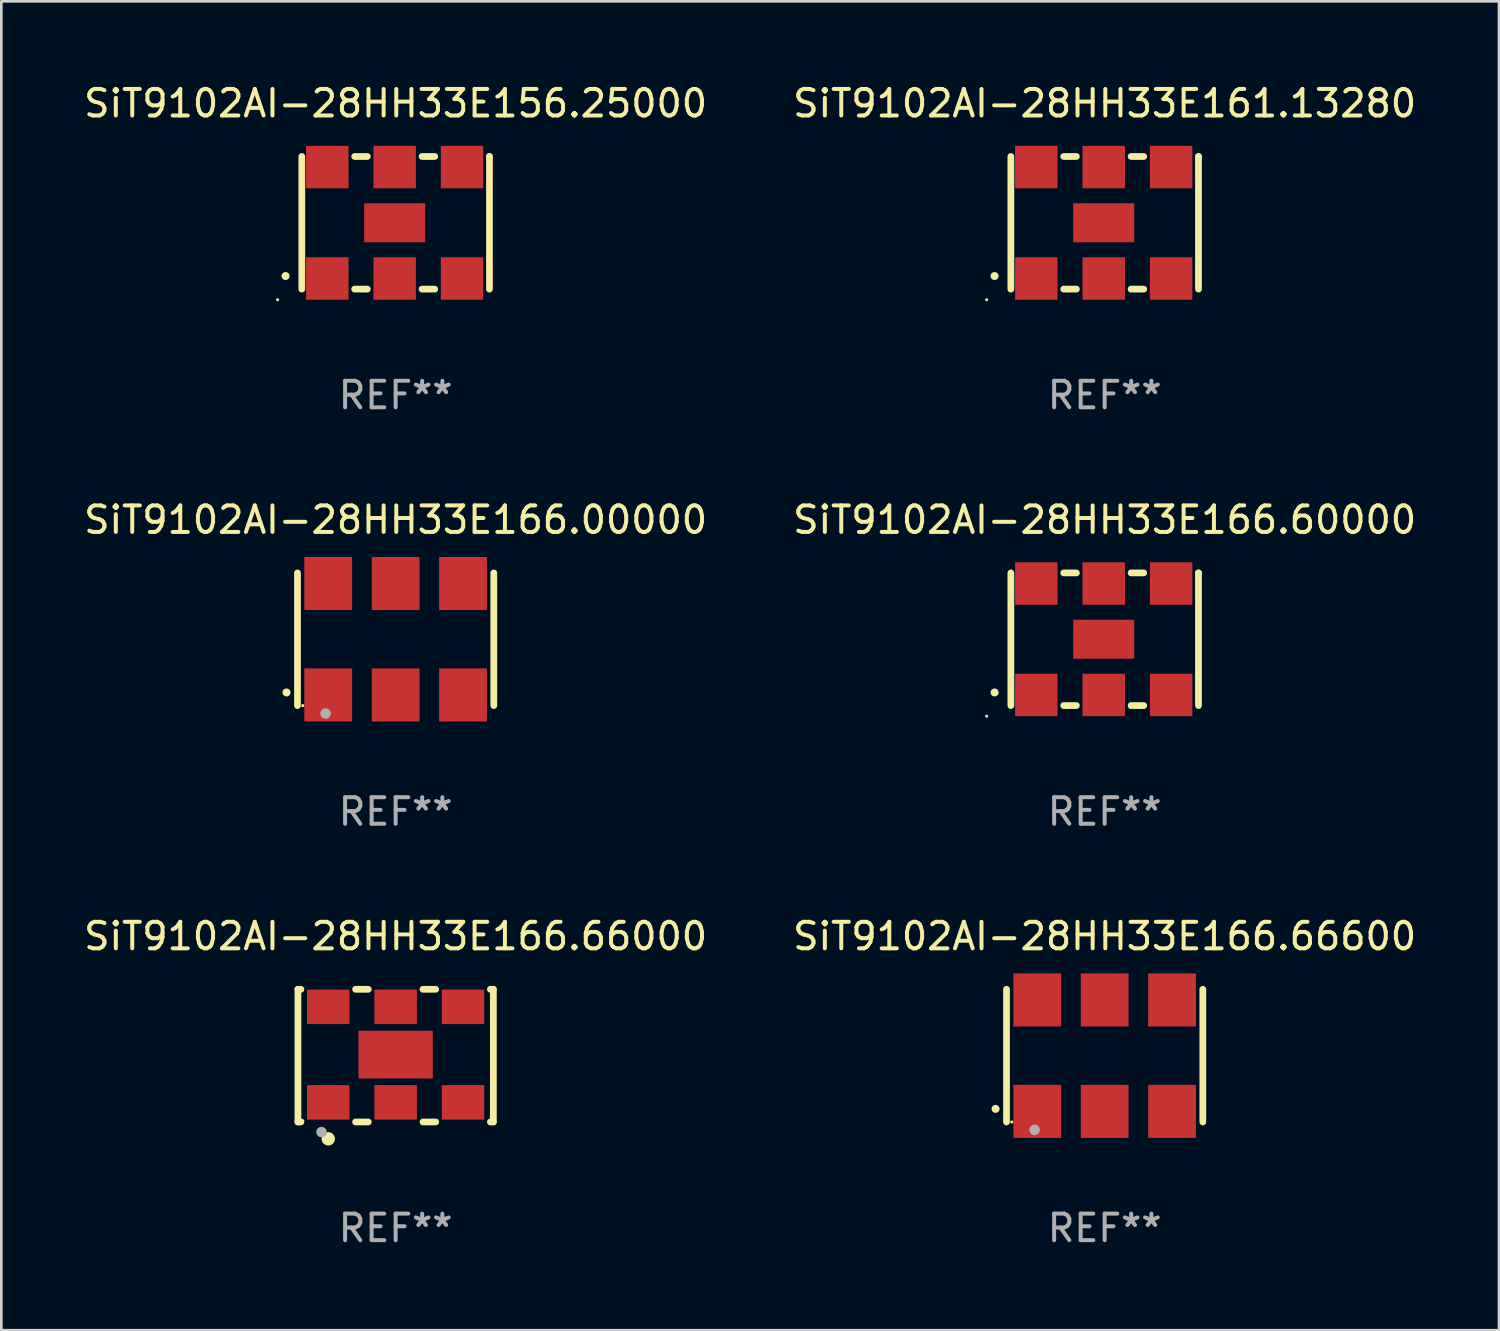
<source format=kicad_pcb>
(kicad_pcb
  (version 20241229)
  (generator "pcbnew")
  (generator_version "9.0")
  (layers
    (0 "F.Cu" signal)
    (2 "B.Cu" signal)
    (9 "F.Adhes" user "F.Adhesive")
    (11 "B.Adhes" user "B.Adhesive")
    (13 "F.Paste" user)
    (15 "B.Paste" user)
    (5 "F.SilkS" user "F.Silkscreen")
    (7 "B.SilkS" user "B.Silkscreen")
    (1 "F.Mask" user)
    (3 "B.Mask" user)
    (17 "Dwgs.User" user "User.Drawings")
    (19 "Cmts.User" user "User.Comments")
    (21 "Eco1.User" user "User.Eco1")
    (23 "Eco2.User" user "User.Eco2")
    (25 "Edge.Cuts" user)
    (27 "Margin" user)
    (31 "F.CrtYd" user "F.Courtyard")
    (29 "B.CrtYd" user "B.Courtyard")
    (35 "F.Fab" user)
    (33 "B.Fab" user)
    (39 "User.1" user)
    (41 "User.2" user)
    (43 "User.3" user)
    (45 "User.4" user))
  (footprint "SiT9102AI-28HH33E166.60000"
    (layer "F.Cu")
    (at 38.589 21.045)
    (property "Reference" "SiT9102AI-28HH33E166.60000" (at 0 -4.5 0) (layer "F.SilkS") (effects (font (size 1 1) (thickness 0.15))))
    (attr through_hole)
    (fp_line (start -3.536 -2.5) (end -3.536 2.5) (stroke (width 0.254) (type solid)) (layer "F.SilkS"))
    (fp_line (start -1.544 2.5) (end -1.067 2.5) (stroke (width 0.254) (type solid)) (layer "F.SilkS"))
    (fp_line (start -1.067 -2.5) (end -1.544 -2.5) (stroke (width 0.254) (type solid)) (layer "F.SilkS"))
    (fp_line (start 0.996 2.5) (end 1.473 2.5) (stroke (width 0.254) (type solid)) (layer "F.SilkS"))
    (fp_line (start 1.473 -2.5) (end 0.996 -2.5) (stroke (width 0.254) (type solid)) (layer "F.SilkS"))
    (fp_line (start 3.536 -2.5) (end 3.536 -2.5) (stroke (width 0.254) (type solid)) (layer "F.SilkS"))
    (fp_line (start 3.536 2.5) (end 3.536 -2.5) (stroke (width 0.254) (type solid)) (layer "F.SilkS"))
    (fp_arc (start -4.150432 2.006604) (mid -4.149162 2.006599) (end -4.147892 2.006604) (stroke (width 0.3) (type solid)) (layer "F.SilkS"))
    (fp_circle (center -4.449 2.9) (end -4.419 2.9) (stroke (width 0.06) (type solid)) (fill no) (layer "F.SilkS"))
    (fp_text user "REF**" (at 0 6.5 0) (layer "F.Fab") (effects (font (size 1 1) (thickness 0.15))))
    (pad "1" smd rect (at -2.576 2.1) (size 1.6 1.6) (layers "F.Cu" "F.Mask" "F.Paste"))
    (pad "2" smd rect (at -0.036 2.1) (size 1.6 1.6) (layers "F.Cu" "F.Mask" "F.Paste"))
    (pad "3" smd rect (at 2.504 2.1) (size 1.6 1.6) (layers "F.Cu" "F.Mask" "F.Paste"))
    (pad "4" smd rect (at 2.504 -2.1) (size 1.6 1.6) (layers "F.Cu" "F.Mask" "F.Paste"))
    (pad "5" smd rect (at -0.036 -2.1) (size 1.6 1.6) (layers "F.Cu" "F.Mask" "F.Paste"))
    (pad "6" smd rect (at -2.576 -2.1) (size 1.6 1.6) (layers "F.Cu" "F.Mask" "F.Paste"))
    (pad "7" smd rect (at -0.036 0) (size 2.3 1.47) (layers "F.Cu" "F.Mask" "F.Paste")))
  (footprint "SiT9102AI-28HH33E166.66000"
    (layer "F.Cu")
    (at 11.863 36.741)
    (property "Reference" "SiT9102AI-28HH33E166.66000" (at 0 -4.5 0) (layer "F.SilkS") (effects (font (size 1 1) (thickness 0.15))))
    (attr through_hole)
    (fp_line (start -3.683 -2.5) (end -3.571 -2.5) (stroke (width 0.254) (type solid)) (layer "F.SilkS"))
    (fp_line (start -3.683 2.5) (end -3.683 -2.5) (stroke (width 0.254) (type solid)) (layer "F.SilkS"))
    (fp_line (start -3.683 2.5) (end -3.571 2.5) (stroke (width 0.254) (type solid)) (layer "F.SilkS"))
    (fp_line (start -1.509 -2.5) (end -1.031 -2.5) (stroke (width 0.254) (type solid)) (layer "F.SilkS"))
    (fp_line (start -1.509 2.5) (end -1.031 2.5) (stroke (width 0.254) (type solid)) (layer "F.SilkS"))
    (fp_line (start 1.031 -2.5) (end 1.509 -2.5) (stroke (width 0.254) (type solid)) (layer "F.SilkS"))
    (fp_line (start 1.031 2.5) (end 1.509 2.5) (stroke (width 0.254) (type solid)) (layer "F.SilkS"))
    (fp_line (start 3.571 -2.5) (end 3.683 -2.5) (stroke (width 0.254) (type solid)) (layer "F.SilkS"))
    (fp_line (start 3.571 2.5) (end 3.683 2.5) (stroke (width 0.254) (type solid)) (layer "F.SilkS"))
    (fp_line (start 3.683 2.5) (end 3.683 -2.5) (stroke (width 0.254) (type solid)) (layer "F.SilkS"))
    (fp_circle (center -3.5 2.46) (end -3.47 2.46) (stroke (width 0.06) (type solid)) (fill no) (layer "F.SilkS"))
    (fp_circle (center -2.54 3.135) (end -2.413 3.135) (stroke (width 0.254) (type solid)) (fill no) (layer "F.SilkS"))
    (fp_circle (center -2.794 2.881) (end -2.694 2.881) (stroke (width 0.2) (type solid)) (fill no) (layer "F.Fab"))
    (fp_text user "REF**" (at 0 6.5 0) (layer "F.Fab") (effects (font (size 1 1) (thickness 0.15))))
    (pad "1" smd rect (at -2.54 1.76) (size 1.6 1.3) (layers "F.Cu" "F.Mask" "F.Paste"))
    (pad "2" smd rect (at 0 1.76) (size 1.6 1.3) (layers "F.Cu" "F.Mask" "F.Paste"))
    (pad "3" smd rect (at 2.54 1.76) (size 1.6 1.3) (layers "F.Cu" "F.Mask" "F.Paste"))
    (pad "4" smd rect (at 2.54 -1.84) (size 1.6 1.3) (layers "F.Cu" "F.Mask" "F.Paste"))
    (pad "5" smd rect (at 0 -1.84) (size 1.6 1.3) (layers "F.Cu" "F.Mask" "F.Paste"))
    (pad "6" smd rect (at -2.54 -1.84) (size 1.6 1.3) (layers "F.Cu" "F.Mask" "F.Paste"))
    (pad "7" smd rect (at 0 -0.04) (size 2.8 1.8) (layers "F.Cu" "F.Mask" "F.Paste")))
  (footprint "SiT9102AI-28HH33E166.66600"
    (layer "F.Cu")
    (at 38.589 36.741)
    (property "Reference" "SiT9102AI-28HH33E166.66600" (at 0 -4.5 0) (layer "F.SilkS") (effects (font (size 1 1) (thickness 0.15))))
    (attr through_hole)
    (fp_line (start -3.7 -2.5) (end -3.7 2.5) (stroke (width 0.254) (type solid)) (layer "F.SilkS"))
    (fp_line (start 3.7 -2.5) (end 3.7 2.5) (stroke (width 0.254) (type solid)) (layer "F.SilkS"))
    (fp_arc (start -4.114415 2.006604) (mid -4.113145 2.006599) (end -4.111875 2.006604) (stroke (width 0.3) (type solid)) (layer "F.SilkS"))
    (fp_circle (center -3.5 2.501) (end -3.47 2.501) (stroke (width 0.06) (type solid)) (fill no) (layer "F.SilkS"))
    (fp_circle (center -2.641 2.799) (end -2.541 2.799) (stroke (width 0.2) (type solid)) (fill no) (layer "F.Fab"))
    (fp_text user "REF**" (at 0 6.5 0) (layer "F.Fab") (effects (font (size 1 1) (thickness 0.15))))
    (pad "1" smd rect (at -2.54 2.1) (size 1.8 2) (layers "F.Cu" "F.Mask" "F.Paste"))
    (pad "2" smd rect (at 0.000394 2.1) (size 1.8 2) (layers "F.Cu" "F.Mask" "F.Paste"))
    (pad "3" smd rect (at 2.54 2.1) (size 1.8 2) (layers "F.Cu" "F.Mask" "F.Paste"))
    (pad "4" smd rect (at 2.54 -2.1) (size 1.8 2) (layers "F.Cu" "F.Mask" "F.Paste"))
    (pad "5" smd rect (at 0.000394 -2.1) (size 1.8 2) (layers "F.Cu" "F.Mask" "F.Paste"))
    (pad "6" smd rect (at -2.54 -2.1) (size 1.8 2) (layers "F.Cu" "F.Mask" "F.Paste")))
  (footprint "SiT9102AI-28HH33E166.00000"
    (layer "F.Cu")
    (at 11.863 21.045)
    (property "Reference" "SiT9102AI-28HH33E166.00000" (at 0 -4.5 0) (layer "F.SilkS") (effects (font (size 1 1) (thickness 0.15))))
    (attr through_hole)
    (fp_line (start -3.7 -2.5) (end -3.7 2.5) (stroke (width 0.254) (type solid)) (layer "F.SilkS"))
    (fp_line (start 3.7 -2.5) (end 3.7 2.5) (stroke (width 0.254) (type solid)) (layer "F.SilkS"))
    (fp_arc (start -4.114415 2.006604) (mid -4.113145 2.006599) (end -4.111875 2.006604) (stroke (width 0.3) (type solid)) (layer "F.SilkS"))
    (fp_circle (center -3.5 2.501) (end -3.47 2.501) (stroke (width 0.06) (type solid)) (fill no) (layer "F.SilkS"))
    (fp_circle (center -2.641 2.799) (end -2.541 2.799) (stroke (width 0.2) (type solid)) (fill no) (layer "F.Fab"))
    (fp_text user "REF**" (at 0 6.5 0) (layer "F.Fab") (effects (font (size 1 1) (thickness 0.15))))
    (pad "1" smd rect (at -2.54 2.1) (size 1.8 2) (layers "F.Cu" "F.Mask" "F.Paste"))
    (pad "2" smd rect (at 0.000394 2.1) (size 1.8 2) (layers "F.Cu" "F.Mask" "F.Paste"))
    (pad "3" smd rect (at 2.54 2.1) (size 1.8 2) (layers "F.Cu" "F.Mask" "F.Paste"))
    (pad "4" smd rect (at 2.54 -2.1) (size 1.8 2) (layers "F.Cu" "F.Mask" "F.Paste"))
    (pad "5" smd rect (at 0.000394 -2.1) (size 1.8 2) (layers "F.Cu" "F.Mask" "F.Paste"))
    (pad "6" smd rect (at -2.54 -2.1) (size 1.8 2) (layers "F.Cu" "F.Mask" "F.Paste")))
  (footprint "SiT9102AI-28HH33E156.25000"
    (layer "F.Cu")
    (at 11.863 5.348)
    (property "Reference" "SiT9102AI-28HH33E156.25000" (at 0 -4.5 0) (layer "F.SilkS") (effects (font (size 1 1) (thickness 0.15))))
    (attr through_hole)
    (fp_line (start -3.536 -2.5) (end -3.536 2.5) (stroke (width 0.254) (type solid)) (layer "F.SilkS"))
    (fp_line (start -1.544 2.5) (end -1.067 2.5) (stroke (width 0.254) (type solid)) (layer "F.SilkS"))
    (fp_line (start -1.067 -2.5) (end -1.544 -2.5) (stroke (width 0.254) (type solid)) (layer "F.SilkS"))
    (fp_line (start 0.996 2.5) (end 1.473 2.5) (stroke (width 0.254) (type solid)) (layer "F.SilkS"))
    (fp_line (start 1.473 -2.5) (end 0.996 -2.5) (stroke (width 0.254) (type solid)) (layer "F.SilkS"))
    (fp_line (start 3.536 -2.5) (end 3.536 -2.5) (stroke (width 0.254) (type solid)) (layer "F.SilkS"))
    (fp_line (start 3.536 2.5) (end 3.536 -2.5) (stroke (width 0.254) (type solid)) (layer "F.SilkS"))
    (fp_arc (start -4.150432 2.006604) (mid -4.149162 2.006599) (end -4.147892 2.006604) (stroke (width 0.3) (type solid)) (layer "F.SilkS"))
    (fp_circle (center -4.449 2.9) (end -4.419 2.9) (stroke (width 0.06) (type solid)) (fill no) (layer "F.SilkS"))
    (fp_text user "REF**" (at 0 6.5 0) (layer "F.Fab") (effects (font (size 1 1) (thickness 0.15))))
    (pad "1" smd rect (at -2.576 2.1) (size 1.6 1.6) (layers "F.Cu" "F.Mask" "F.Paste"))
    (pad "2" smd rect (at -0.036 2.1) (size 1.6 1.6) (layers "F.Cu" "F.Mask" "F.Paste"))
    (pad "3" smd rect (at 2.504 2.1) (size 1.6 1.6) (layers "F.Cu" "F.Mask" "F.Paste"))
    (pad "4" smd rect (at 2.504 -2.1) (size 1.6 1.6) (layers "F.Cu" "F.Mask" "F.Paste"))
    (pad "5" smd rect (at -0.036 -2.1) (size 1.6 1.6) (layers "F.Cu" "F.Mask" "F.Paste"))
    (pad "6" smd rect (at -2.576 -2.1) (size 1.6 1.6) (layers "F.Cu" "F.Mask" "F.Paste"))
    (pad "7" smd rect (at -0.036 0) (size 2.3 1.47) (layers "F.Cu" "F.Mask" "F.Paste")))
  (footprint "SiT9102AI-28HH33E161.13280"
    (layer "F.Cu")
    (at 38.589 5.348)
    (property "Reference" "SiT9102AI-28HH33E161.13280" (at 0 -4.5 0) (layer "F.SilkS") (effects (font (size 1 1) (thickness 0.15))))
    (attr through_hole)
    (fp_line (start -3.536 -2.5) (end -3.536 2.5) (stroke (width 0.254) (type solid)) (layer "F.SilkS"))
    (fp_line (start -1.544 2.5) (end -1.067 2.5) (stroke (width 0.254) (type solid)) (layer "F.SilkS"))
    (fp_line (start -1.067 -2.5) (end -1.544 -2.5) (stroke (width 0.254) (type solid)) (layer "F.SilkS"))
    (fp_line (start 0.996 2.5) (end 1.473 2.5) (stroke (width 0.254) (type solid)) (layer "F.SilkS"))
    (fp_line (start 1.473 -2.5) (end 0.996 -2.5) (stroke (width 0.254) (type solid)) (layer "F.SilkS"))
    (fp_line (start 3.536 -2.5) (end 3.536 -2.5) (stroke (width 0.254) (type solid)) (layer "F.SilkS"))
    (fp_line (start 3.536 2.5) (end 3.536 -2.5) (stroke (width 0.254) (type solid)) (layer "F.SilkS"))
    (fp_arc (start -4.150432 2.006604) (mid -4.149162 2.006599) (end -4.147892 2.006604) (stroke (width 0.3) (type solid)) (layer "F.SilkS"))
    (fp_circle (center -4.449 2.9) (end -4.419 2.9) (stroke (width 0.06) (type solid)) (fill no) (layer "F.SilkS"))
    (fp_text user "REF**" (at 0 6.5 0) (layer "F.Fab") (effects (font (size 1 1) (thickness 0.15))))
    (pad "1" smd rect (at -2.576 2.1) (size 1.6 1.6) (layers "F.Cu" "F.Mask" "F.Paste"))
    (pad "2" smd rect (at -0.036 2.1) (size 1.6 1.6) (layers "F.Cu" "F.Mask" "F.Paste"))
    (pad "3" smd rect (at 2.504 2.1) (size 1.6 1.6) (layers "F.Cu" "F.Mask" "F.Paste"))
    (pad "4" smd rect (at 2.504 -2.1) (size 1.6 1.6) (layers "F.Cu" "F.Mask" "F.Paste"))
    (pad "5" smd rect (at -0.036 -2.1) (size 1.6 1.6) (layers "F.Cu" "F.Mask" "F.Paste"))
    (pad "6" smd rect (at -2.576 -2.1) (size 1.6 1.6) (layers "F.Cu" "F.Mask" "F.Paste"))
    (pad "7" smd rect (at -0.036 0) (size 2.3 1.47) (layers "F.Cu" "F.Mask" "F.Paste")))
  (gr_rect
    (start -3 -3)
    (end 53.452 47.09)
    (stroke (width 0.1) (type default))
    (fill no)
    (layer "Edge.Cuts")))
</source>
